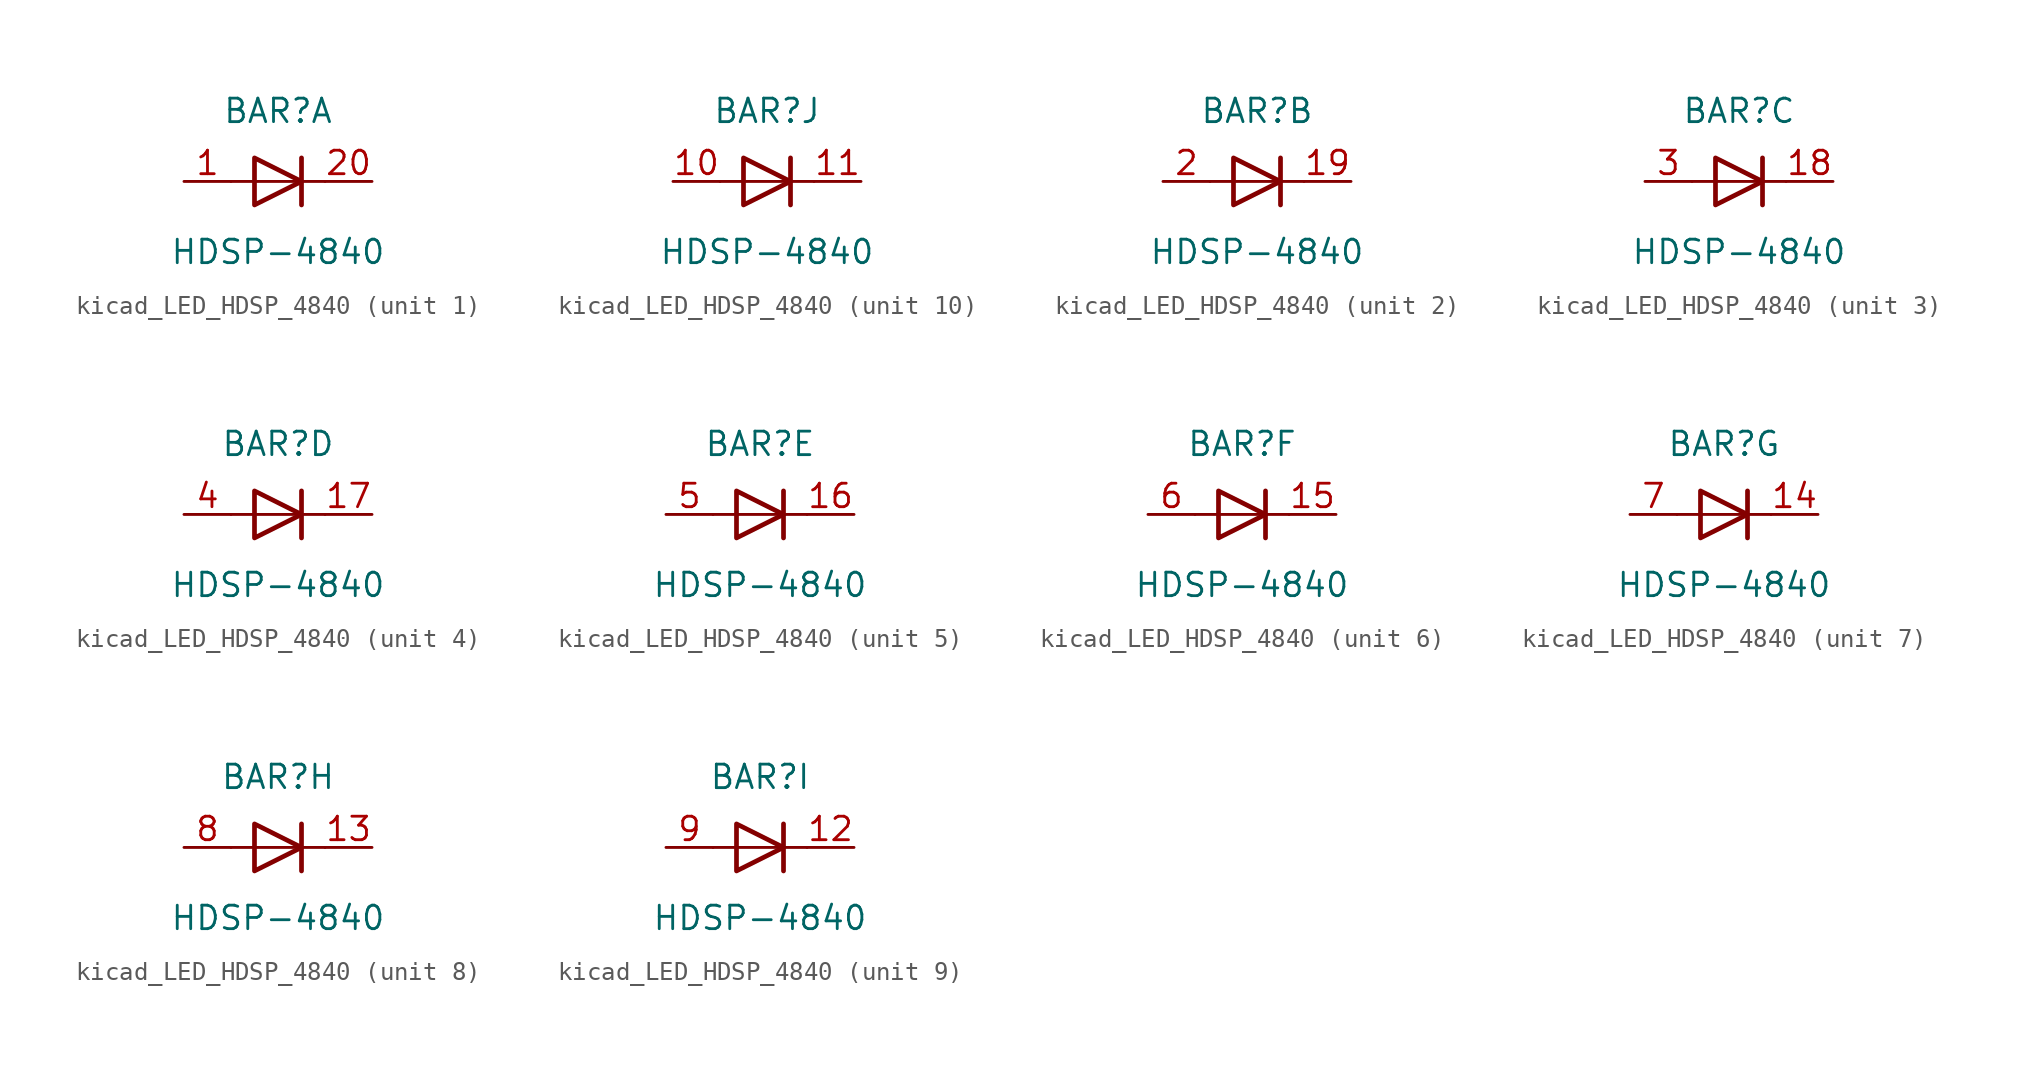
<source format=kicad_sym>
(kicad_symbol_lib
  (version 20220914)
  (generator kicad_symbol_editor)
  (symbol "kicad_LED_HDSP_4840"
    (pin_names
      (offset 1.016) hide)
    (property "Reference" "BAR"
      (at 0 3.81 0)
      (effects (font (size 1.27 1.27))))
    (property "Value" "HDSP-4840"
      (at 0 -3.81 0)
      (effects (font (size 1.27 1.27))))
    (symbol "kicad_LED_HDSP_4840_0_1"
      (polyline (pts (xy -2.54 0) (xy 2.54 0)) (stroke (width 0) (type default)) (fill (type none)))
      (polyline (pts (xy 1.27 -1.27) (xy 1.27 1.27)) (stroke (width 0.254) (type default)) (fill (type none)))
      (polyline (pts (xy -1.27 1.27) (xy -1.27 -1.27) (xy 1.27 0) (xy -1.27 1.27)) (stroke (width 0.254) (type default)) (fill (type none))))
    (symbol "kicad_LED_HDSP_4840_1_1"
      (pin passive line (at -5.08 0 0) (length 2.54) (name "A" (effects (font (size 1.27 1.27)))) (number "1" (effects (font (size 1.27 1.27)))))
      (pin passive line (at 5.08 0 180) (length 2.54) (name "K" (effects (font (size 1.27 1.27)))) (number "20" (effects (font (size 1.27 1.27))))))
    (symbol "kicad_LED_HDSP_4840_2_1"
      (pin passive line (at 5.08 0 180) (length 2.54) (name "K" (effects (font (size 1.27 1.27)))) (number "19" (effects (font (size 1.27 1.27)))))
      (pin passive line (at -5.08 0 0) (length 2.54) (name "A" (effects (font (size 1.27 1.27)))) (number "2" (effects (font (size 1.27 1.27))))))
    (symbol "kicad_LED_HDSP_4840_3_1"
      (pin passive line (at 5.08 0 180) (length 2.54) (name "K" (effects (font (size 1.27 1.27)))) (number "18" (effects (font (size 1.27 1.27)))))
      (pin passive line (at -5.08 0 0) (length 2.54) (name "A" (effects (font (size 1.27 1.27)))) (number "3" (effects (font (size 1.27 1.27))))))
    (symbol "kicad_LED_HDSP_4840_4_1"
      (pin passive line (at 5.08 0 180) (length 2.54) (name "K" (effects (font (size 1.27 1.27)))) (number "17" (effects (font (size 1.27 1.27)))))
      (pin passive line (at -5.08 0 0) (length 2.54) (name "A" (effects (font (size 1.27 1.27)))) (number "4" (effects (font (size 1.27 1.27))))))
    (symbol "kicad_LED_HDSP_4840_5_1"
      (pin passive line (at 5.08 0 180) (length 2.54) (name "K" (effects (font (size 1.27 1.27)))) (number "16" (effects (font (size 1.27 1.27)))))
      (pin passive line (at -5.08 0 0) (length 2.54) (name "A" (effects (font (size 1.27 1.27)))) (number "5" (effects (font (size 1.27 1.27))))))
    (symbol "kicad_LED_HDSP_4840_6_1"
      (pin passive line (at 5.08 0 180) (length 2.54) (name "K" (effects (font (size 1.27 1.27)))) (number "15" (effects (font (size 1.27 1.27)))))
      (pin passive line (at -5.08 0 0) (length 2.54) (name "A" (effects (font (size 1.27 1.27)))) (number "6" (effects (font (size 1.27 1.27))))))
    (symbol "kicad_LED_HDSP_4840_7_1"
      (pin passive line (at 5.08 0 180) (length 2.54) (name "K" (effects (font (size 1.27 1.27)))) (number "14" (effects (font (size 1.27 1.27)))))
      (pin passive line (at -5.08 0 0) (length 2.54) (name "A" (effects (font (size 1.27 1.27)))) (number "7" (effects (font (size 1.27 1.27))))))
    (symbol "kicad_LED_HDSP_4840_8_1"
      (pin passive line (at 5.08 0 180) (length 2.54) (name "K" (effects (font (size 1.27 1.27)))) (number "13" (effects (font (size 1.27 1.27)))))
      (pin passive line (at -5.08 0 0) (length 2.54) (name "A" (effects (font (size 1.27 1.27)))) (number "8" (effects (font (size 1.27 1.27))))))
    (symbol "kicad_LED_HDSP_4840_9_1"
      (pin passive line (at 5.08 0 180) (length 2.54) (name "K" (effects (font (size 1.27 1.27)))) (number "12" (effects (font (size 1.27 1.27)))))
      (pin passive line (at -5.08 0 0) (length 2.54) (name "A" (effects (font (size 1.27 1.27)))) (number "9" (effects (font (size 1.27 1.27))))))
    (symbol "kicad_LED_HDSP_4840_10_1"
      (pin passive line (at -5.08 0 0) (length 2.54) (name "A" (effects (font (size 1.27 1.27)))) (number "10" (effects (font (size 1.27 1.27)))))
      (pin passive line (at 5.08 0 180) (length 2.54) (name "K" (effects (font (size 1.27 1.27)))) (number "11" (effects (font (size 1.27 1.27))))))))
</source>
